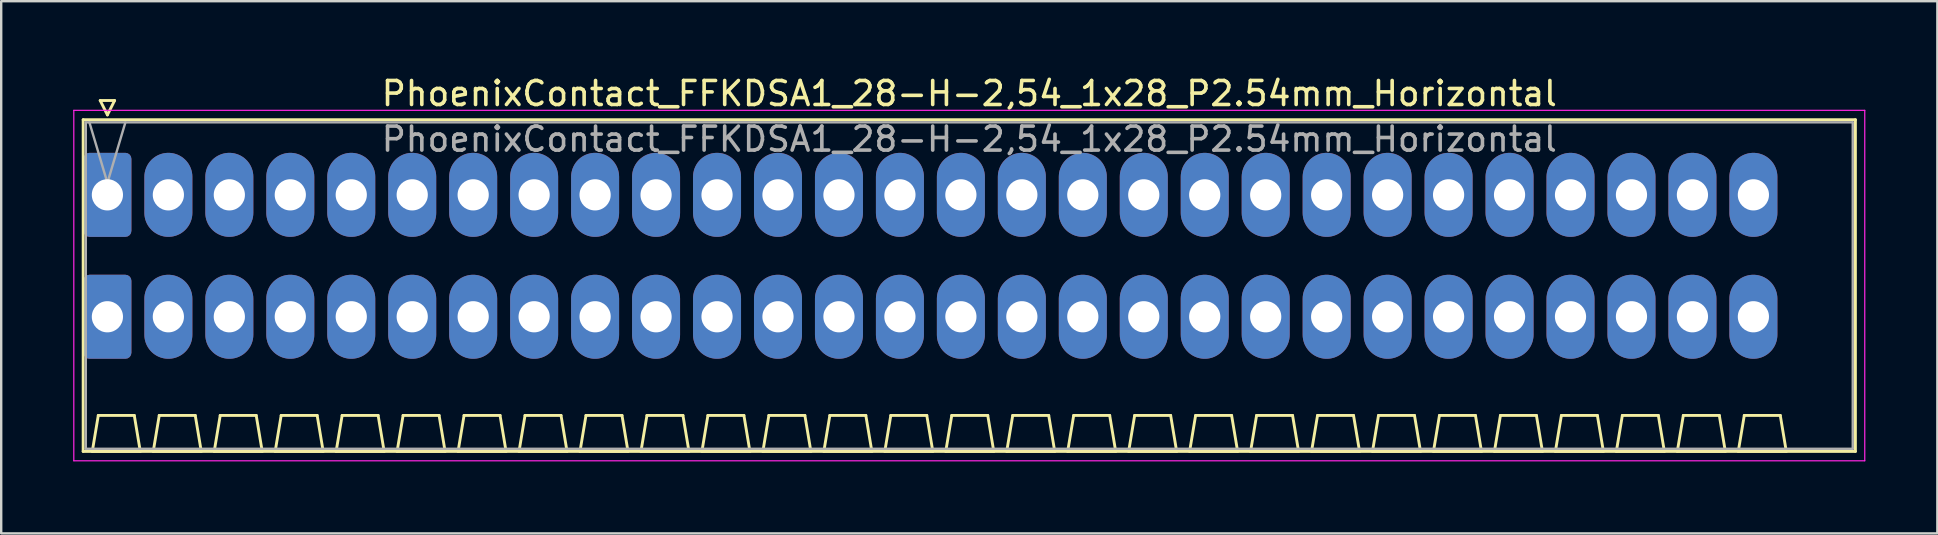
<source format=kicad_pcb>
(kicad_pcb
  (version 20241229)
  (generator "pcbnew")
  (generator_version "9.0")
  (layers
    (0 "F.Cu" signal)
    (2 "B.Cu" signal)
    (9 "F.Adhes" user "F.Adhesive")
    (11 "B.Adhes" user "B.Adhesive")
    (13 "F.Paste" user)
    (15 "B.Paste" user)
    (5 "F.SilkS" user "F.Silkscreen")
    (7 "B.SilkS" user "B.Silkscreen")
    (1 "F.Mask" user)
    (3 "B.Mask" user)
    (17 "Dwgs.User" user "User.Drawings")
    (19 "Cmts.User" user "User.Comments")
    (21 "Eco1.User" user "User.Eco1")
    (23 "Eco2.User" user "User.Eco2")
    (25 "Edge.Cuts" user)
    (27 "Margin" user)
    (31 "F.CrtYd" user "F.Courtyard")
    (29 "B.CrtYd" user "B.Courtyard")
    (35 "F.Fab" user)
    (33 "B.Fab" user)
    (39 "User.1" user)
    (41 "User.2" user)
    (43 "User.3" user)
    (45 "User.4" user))
  (footprint "PhoenixContact_FFKDSA1_28-H-2,54_1x28_P2.54mm_Horizontal"
    (layer "F.Cu")
    (at 1.425 5.068)
    (property "Reference" "PhoenixContact_FFKDSA1_28-H-2,54_1x28_P2.54mm_Horizontal" (at 35.91 -4.22 0) (layer "F.SilkS") (effects (font (size 1 1) (thickness 0.15))))
    (attr through_hole)
    (fp_line (start -1.01 -3.13) (end -1.01 10.69) (stroke (width 0.12) (type solid)) (layer "F.SilkS"))
    (fp_line (start -1.01 10.69) (end 72.83 10.69) (stroke (width 0.12) (type solid)) (layer "F.SilkS"))
    (fp_line (start -0.63 10.69) (end 1.37 10.69) (stroke (width 0.12) (type solid)) (layer "F.SilkS"))
    (fp_line (start -0.38 9.19) (end -0.63 10.69) (stroke (width 0.12) (type solid)) (layer "F.SilkS"))
    (fp_line (start -0.3 -3.93) (end 0.3 -3.93) (stroke (width 0.12) (type solid)) (layer "F.SilkS"))
    (fp_line (start 0 -3.33) (end -0.3 -3.93) (stroke (width 0.12) (type solid)) (layer "F.SilkS"))
    (fp_line (start 0.3 -3.93) (end 0 -3.33) (stroke (width 0.12) (type solid)) (layer "F.SilkS"))
    (fp_line (start 1.12 9.19) (end -0.38 9.19) (stroke (width 0.12) (type solid)) (layer "F.SilkS"))
    (fp_line (start 1.37 10.69) (end 1.12 9.19) (stroke (width 0.12) (type solid)) (layer "F.SilkS"))
    (fp_line (start 1.91 10.69) (end 3.91 10.69) (stroke (width 0.12) (type solid)) (layer "F.SilkS"))
    (fp_line (start 2.16 9.19) (end 1.91 10.69) (stroke (width 0.12) (type solid)) (layer "F.SilkS"))
    (fp_line (start 3.66 9.19) (end 2.16 9.19) (stroke (width 0.12) (type solid)) (layer "F.SilkS"))
    (fp_line (start 3.91 10.69) (end 3.66 9.19) (stroke (width 0.12) (type solid)) (layer "F.SilkS"))
    (fp_line (start 4.45 10.69) (end 6.45 10.69) (stroke (width 0.12) (type solid)) (layer "F.SilkS"))
    (fp_line (start 4.7 9.19) (end 4.45 10.69) (stroke (width 0.12) (type solid)) (layer "F.SilkS"))
    (fp_line (start 6.2 9.19) (end 4.7 9.19) (stroke (width 0.12) (type solid)) (layer "F.SilkS"))
    (fp_line (start 6.45 10.69) (end 6.2 9.19) (stroke (width 0.12) (type solid)) (layer "F.SilkS"))
    (fp_line (start 6.99 10.69) (end 8.99 10.69) (stroke (width 0.12) (type solid)) (layer "F.SilkS"))
    (fp_line (start 7.24 9.19) (end 6.99 10.69) (stroke (width 0.12) (type solid)) (layer "F.SilkS"))
    (fp_line (start 8.74 9.19) (end 7.24 9.19) (stroke (width 0.12) (type solid)) (layer "F.SilkS"))
    (fp_line (start 8.99 10.69) (end 8.74 9.19) (stroke (width 0.12) (type solid)) (layer "F.SilkS"))
    (fp_line (start 9.53 10.69) (end 11.53 10.69) (stroke (width 0.12) (type solid)) (layer "F.SilkS"))
    (fp_line (start 9.78 9.19) (end 9.53 10.69) (stroke (width 0.12) (type solid)) (layer "F.SilkS"))
    (fp_line (start 11.28 9.19) (end 9.78 9.19) (stroke (width 0.12) (type solid)) (layer "F.SilkS"))
    (fp_line (start 11.53 10.69) (end 11.28 9.19) (stroke (width 0.12) (type solid)) (layer "F.SilkS"))
    (fp_line (start 12.07 10.69) (end 14.07 10.69) (stroke (width 0.12) (type solid)) (layer "F.SilkS"))
    (fp_line (start 12.32 9.19) (end 12.07 10.69) (stroke (width 0.12) (type solid)) (layer "F.SilkS"))
    (fp_line (start 13.82 9.19) (end 12.32 9.19) (stroke (width 0.12) (type solid)) (layer "F.SilkS"))
    (fp_line (start 14.07 10.69) (end 13.82 9.19) (stroke (width 0.12) (type solid)) (layer "F.SilkS"))
    (fp_line (start 14.61 10.69) (end 16.61 10.69) (stroke (width 0.12) (type solid)) (layer "F.SilkS"))
    (fp_line (start 14.86 9.19) (end 14.61 10.69) (stroke (width 0.12) (type solid)) (layer "F.SilkS"))
    (fp_line (start 16.36 9.19) (end 14.86 9.19) (stroke (width 0.12) (type solid)) (layer "F.SilkS"))
    (fp_line (start 16.61 10.69) (end 16.36 9.19) (stroke (width 0.12) (type solid)) (layer "F.SilkS"))
    (fp_line (start 17.15 10.69) (end 19.15 10.69) (stroke (width 0.12) (type solid)) (layer "F.SilkS"))
    (fp_line (start 17.4 9.19) (end 17.15 10.69) (stroke (width 0.12) (type solid)) (layer "F.SilkS"))
    (fp_line (start 18.9 9.19) (end 17.4 9.19) (stroke (width 0.12) (type solid)) (layer "F.SilkS"))
    (fp_line (start 19.15 10.69) (end 18.9 9.19) (stroke (width 0.12) (type solid)) (layer "F.SilkS"))
    (fp_line (start 19.69 10.69) (end 21.69 10.69) (stroke (width 0.12) (type solid)) (layer "F.SilkS"))
    (fp_line (start 19.94 9.19) (end 19.69 10.69) (stroke (width 0.12) (type solid)) (layer "F.SilkS"))
    (fp_line (start 21.44 9.19) (end 19.94 9.19) (stroke (width 0.12) (type solid)) (layer "F.SilkS"))
    (fp_line (start 21.69 10.69) (end 21.44 9.19) (stroke (width 0.12) (type solid)) (layer "F.SilkS"))
    (fp_line (start 22.23 10.69) (end 24.23 10.69) (stroke (width 0.12) (type solid)) (layer "F.SilkS"))
    (fp_line (start 22.48 9.19) (end 22.23 10.69) (stroke (width 0.12) (type solid)) (layer "F.SilkS"))
    (fp_line (start 23.98 9.19) (end 22.48 9.19) (stroke (width 0.12) (type solid)) (layer "F.SilkS"))
    (fp_line (start 24.23 10.69) (end 23.98 9.19) (stroke (width 0.12) (type solid)) (layer "F.SilkS"))
    (fp_line (start 24.77 10.69) (end 26.77 10.69) (stroke (width 0.12) (type solid)) (layer "F.SilkS"))
    (fp_line (start 25.02 9.19) (end 24.77 10.69) (stroke (width 0.12) (type solid)) (layer "F.SilkS"))
    (fp_line (start 26.52 9.19) (end 25.02 9.19) (stroke (width 0.12) (type solid)) (layer "F.SilkS"))
    (fp_line (start 26.77 10.69) (end 26.52 9.19) (stroke (width 0.12) (type solid)) (layer "F.SilkS"))
    (fp_line (start 27.31 10.69) (end 29.31 10.69) (stroke (width 0.12) (type solid)) (layer "F.SilkS"))
    (fp_line (start 27.56 9.19) (end 27.31 10.69) (stroke (width 0.12) (type solid)) (layer "F.SilkS"))
    (fp_line (start 29.06 9.19) (end 27.56 9.19) (stroke (width 0.12) (type solid)) (layer "F.SilkS"))
    (fp_line (start 29.31 10.69) (end 29.06 9.19) (stroke (width 0.12) (type solid)) (layer "F.SilkS"))
    (fp_line (start 29.85 10.69) (end 31.85 10.69) (stroke (width 0.12) (type solid)) (layer "F.SilkS"))
    (fp_line (start 30.1 9.19) (end 29.85 10.69) (stroke (width 0.12) (type solid)) (layer "F.SilkS"))
    (fp_line (start 31.6 9.19) (end 30.1 9.19) (stroke (width 0.12) (type solid)) (layer "F.SilkS"))
    (fp_line (start 31.85 10.69) (end 31.6 9.19) (stroke (width 0.12) (type solid)) (layer "F.SilkS"))
    (fp_line (start 32.39 10.69) (end 34.39 10.69) (stroke (width 0.12) (type solid)) (layer "F.SilkS"))
    (fp_line (start 32.64 9.19) (end 32.39 10.69) (stroke (width 0.12) (type solid)) (layer "F.SilkS"))
    (fp_line (start 34.14 9.19) (end 32.64 9.19) (stroke (width 0.12) (type solid)) (layer "F.SilkS"))
    (fp_line (start 34.39 10.69) (end 34.14 9.19) (stroke (width 0.12) (type solid)) (layer "F.SilkS"))
    (fp_line (start 34.93 10.69) (end 36.93 10.69) (stroke (width 0.12) (type solid)) (layer "F.SilkS"))
    (fp_line (start 35.18 9.19) (end 34.93 10.69) (stroke (width 0.12) (type solid)) (layer "F.SilkS"))
    (fp_line (start 36.68 9.19) (end 35.18 9.19) (stroke (width 0.12) (type solid)) (layer "F.SilkS"))
    (fp_line (start 36.93 10.69) (end 36.68 9.19) (stroke (width 0.12) (type solid)) (layer "F.SilkS"))
    (fp_line (start 37.47 10.69) (end 39.47 10.69) (stroke (width 0.12) (type solid)) (layer "F.SilkS"))
    (fp_line (start 37.72 9.19) (end 37.47 10.69) (stroke (width 0.12) (type solid)) (layer "F.SilkS"))
    (fp_line (start 39.22 9.19) (end 37.72 9.19) (stroke (width 0.12) (type solid)) (layer "F.SilkS"))
    (fp_line (start 39.47 10.69) (end 39.22 9.19) (stroke (width 0.12) (type solid)) (layer "F.SilkS"))
    (fp_line (start 40.01 10.69) (end 42.01 10.69) (stroke (width 0.12) (type solid)) (layer "F.SilkS"))
    (fp_line (start 40.26 9.19) (end 40.01 10.69) (stroke (width 0.12) (type solid)) (layer "F.SilkS"))
    (fp_line (start 41.76 9.19) (end 40.26 9.19) (stroke (width 0.12) (type solid)) (layer "F.SilkS"))
    (fp_line (start 42.01 10.69) (end 41.76 9.19) (stroke (width 0.12) (type solid)) (layer "F.SilkS"))
    (fp_line (start 42.55 10.69) (end 44.55 10.69) (stroke (width 0.12) (type solid)) (layer "F.SilkS"))
    (fp_line (start 42.8 9.19) (end 42.55 10.69) (stroke (width 0.12) (type solid)) (layer "F.SilkS"))
    (fp_line (start 44.3 9.19) (end 42.8 9.19) (stroke (width 0.12) (type solid)) (layer "F.SilkS"))
    (fp_line (start 44.55 10.69) (end 44.3 9.19) (stroke (width 0.12) (type solid)) (layer "F.SilkS"))
    (fp_line (start 45.09 10.69) (end 47.09 10.69) (stroke (width 0.12) (type solid)) (layer "F.SilkS"))
    (fp_line (start 45.34 9.19) (end 45.09 10.69) (stroke (width 0.12) (type solid)) (layer "F.SilkS"))
    (fp_line (start 46.84 9.19) (end 45.34 9.19) (stroke (width 0.12) (type solid)) (layer "F.SilkS"))
    (fp_line (start 47.09 10.69) (end 46.84 9.19) (stroke (width 0.12) (type solid)) (layer "F.SilkS"))
    (fp_line (start 47.63 10.69) (end 49.63 10.69) (stroke (width 0.12) (type solid)) (layer "F.SilkS"))
    (fp_line (start 47.88 9.19) (end 47.63 10.69) (stroke (width 0.12) (type solid)) (layer "F.SilkS"))
    (fp_line (start 49.38 9.19) (end 47.88 9.19) (stroke (width 0.12) (type solid)) (layer "F.SilkS"))
    (fp_line (start 49.63 10.69) (end 49.38 9.19) (stroke (width 0.12) (type solid)) (layer "F.SilkS"))
    (fp_line (start 50.17 10.69) (end 52.17 10.69) (stroke (width 0.12) (type solid)) (layer "F.SilkS"))
    (fp_line (start 50.42 9.19) (end 50.17 10.69) (stroke (width 0.12) (type solid)) (layer "F.SilkS"))
    (fp_line (start 51.92 9.19) (end 50.42 9.19) (stroke (width 0.12) (type solid)) (layer "F.SilkS"))
    (fp_line (start 52.17 10.69) (end 51.92 9.19) (stroke (width 0.12) (type solid)) (layer "F.SilkS"))
    (fp_line (start 52.71 10.69) (end 54.71 10.69) (stroke (width 0.12) (type solid)) (layer "F.SilkS"))
    (fp_line (start 52.96 9.19) (end 52.71 10.69) (stroke (width 0.12) (type solid)) (layer "F.SilkS"))
    (fp_line (start 54.46 9.19) (end 52.96 9.19) (stroke (width 0.12) (type solid)) (layer "F.SilkS"))
    (fp_line (start 54.71 10.69) (end 54.46 9.19) (stroke (width 0.12) (type solid)) (layer "F.SilkS"))
    (fp_line (start 55.25 10.69) (end 57.25 10.69) (stroke (width 0.12) (type solid)) (layer "F.SilkS"))
    (fp_line (start 55.5 9.19) (end 55.25 10.69) (stroke (width 0.12) (type solid)) (layer "F.SilkS"))
    (fp_line (start 57 9.19) (end 55.5 9.19) (stroke (width 0.12) (type solid)) (layer "F.SilkS"))
    (fp_line (start 57.25 10.69) (end 57 9.19) (stroke (width 0.12) (type solid)) (layer "F.SilkS"))
    (fp_line (start 57.79 10.69) (end 59.79 10.69) (stroke (width 0.12) (type solid)) (layer "F.SilkS"))
    (fp_line (start 58.04 9.19) (end 57.79 10.69) (stroke (width 0.12) (type solid)) (layer "F.SilkS"))
    (fp_line (start 59.54 9.19) (end 58.04 9.19) (stroke (width 0.12) (type solid)) (layer "F.SilkS"))
    (fp_line (start 59.79 10.69) (end 59.54 9.19) (stroke (width 0.12) (type solid)) (layer "F.SilkS"))
    (fp_line (start 60.33 10.69) (end 62.33 10.69) (stroke (width 0.12) (type solid)) (layer "F.SilkS"))
    (fp_line (start 60.58 9.19) (end 60.33 10.69) (stroke (width 0.12) (type solid)) (layer "F.SilkS"))
    (fp_line (start 62.08 9.19) (end 60.58 9.19) (stroke (width 0.12) (type solid)) (layer "F.SilkS"))
    (fp_line (start 62.33 10.69) (end 62.08 9.19) (stroke (width 0.12) (type solid)) (layer "F.SilkS"))
    (fp_line (start 62.87 10.69) (end 64.87 10.69) (stroke (width 0.12) (type solid)) (layer "F.SilkS"))
    (fp_line (start 63.12 9.19) (end 62.87 10.69) (stroke (width 0.12) (type solid)) (layer "F.SilkS"))
    (fp_line (start 64.62 9.19) (end 63.12 9.19) (stroke (width 0.12) (type solid)) (layer "F.SilkS"))
    (fp_line (start 64.87 10.69) (end 64.62 9.19) (stroke (width 0.12) (type solid)) (layer "F.SilkS"))
    (fp_line (start 65.41 10.69) (end 67.41 10.69) (stroke (width 0.12) (type solid)) (layer "F.SilkS"))
    (fp_line (start 65.66 9.19) (end 65.41 10.69) (stroke (width 0.12) (type solid)) (layer "F.SilkS"))
    (fp_line (start 67.16 9.19) (end 65.66 9.19) (stroke (width 0.12) (type solid)) (layer "F.SilkS"))
    (fp_line (start 67.41 10.69) (end 67.16 9.19) (stroke (width 0.12) (type solid)) (layer "F.SilkS"))
    (fp_line (start 67.95 10.69) (end 69.95 10.69) (stroke (width 0.12) (type solid)) (layer "F.SilkS"))
    (fp_line (start 68.2 9.19) (end 67.95 10.69) (stroke (width 0.12) (type solid)) (layer "F.SilkS"))
    (fp_line (start 69.7 9.19) (end 68.2 9.19) (stroke (width 0.12) (type solid)) (layer "F.SilkS"))
    (fp_line (start 69.95 10.69) (end 69.7 9.19) (stroke (width 0.12) (type solid)) (layer "F.SilkS"))
    (fp_line (start 72.83 -3.13) (end -1.01 -3.13) (stroke (width 0.12) (type solid)) (layer "F.SilkS"))
    (fp_line (start 72.83 10.69) (end 72.83 -3.13) (stroke (width 0.12) (type solid)) (layer "F.SilkS"))
    (fp_line (start -1.4 -3.52) (end -1.4 11.08) (stroke (width 0.05) (type solid)) (layer "F.CrtYd"))
    (fp_line (start -1.4 11.08) (end 73.22 11.08) (stroke (width 0.05) (type solid)) (layer "F.CrtYd"))
    (fp_line (start 73.22 -3.52) (end -1.4 -3.52) (stroke (width 0.05) (type solid)) (layer "F.CrtYd"))
    (fp_line (start 73.22 11.08) (end 73.22 -3.52) (stroke (width 0.05) (type solid)) (layer "F.CrtYd"))
    (fp_line (start -0.9 -3.02) (end -0.9 10.58) (stroke (width 0.1) (type solid)) (layer "F.Fab"))
    (fp_line (start -0.9 10.58) (end 72.72 10.58) (stroke (width 0.1) (type solid)) (layer "F.Fab"))
    (fp_line (start 0 -0.5) (end -0.75 -3.02) (stroke (width 0.1) (type solid)) (layer "F.Fab"))
    (fp_line (start 0.75 -3.02) (end 0 -0.5) (stroke (width 0.1) (type solid)) (layer "F.Fab"))
    (fp_line (start 72.72 -3.02) (end -0.9 -3.02) (stroke (width 0.1) (type solid)) (layer "F.Fab"))
    (fp_line (start 72.72 10.58) (end 72.72 -3.02) (stroke (width 0.1) (type solid)) (layer "F.Fab"))
    (fp_text user "${REFERENCE}" (at 35.91 -2.32 0) (layer "F.Fab") (effects (font (size 1 1) (thickness 0.15))))
    (pad "1" thru_hole roundrect (at 0 0) (size 2 3.5) (drill 1.3) (layers "*.Cu" "*.Mask") (roundrect_rratio 0.125))
    (pad "1" thru_hole roundrect (at 0 5.08) (size 2 3.5) (drill 1.3) (layers "*.Cu" "*.Mask") (roundrect_rratio 0.125))
    (pad "2" thru_hole oval (at 2.54 0) (size 2 3.5) (drill 1.3) (layers "*.Cu" "*.Mask"))
    (pad "2" thru_hole oval (at 2.54 5.08) (size 2 3.5) (drill 1.3) (layers "*.Cu" "*.Mask"))
    (pad "3" thru_hole oval (at 5.08 0) (size 2 3.5) (drill 1.3) (layers "*.Cu" "*.Mask"))
    (pad "3" thru_hole oval (at 5.08 5.08) (size 2 3.5) (drill 1.3) (layers "*.Cu" "*.Mask"))
    (pad "4" thru_hole oval (at 7.62 0) (size 2 3.5) (drill 1.3) (layers "*.Cu" "*.Mask"))
    (pad "4" thru_hole oval (at 7.62 5.08) (size 2 3.5) (drill 1.3) (layers "*.Cu" "*.Mask"))
    (pad "5" thru_hole oval (at 10.16 0) (size 2 3.5) (drill 1.3) (layers "*.Cu" "*.Mask"))
    (pad "5" thru_hole oval (at 10.16 5.08) (size 2 3.5) (drill 1.3) (layers "*.Cu" "*.Mask"))
    (pad "6" thru_hole oval (at 12.7 0) (size 2 3.5) (drill 1.3) (layers "*.Cu" "*.Mask"))
    (pad "6" thru_hole oval (at 12.7 5.08) (size 2 3.5) (drill 1.3) (layers "*.Cu" "*.Mask"))
    (pad "7" thru_hole oval (at 15.24 0) (size 2 3.5) (drill 1.3) (layers "*.Cu" "*.Mask"))
    (pad "7" thru_hole oval (at 15.24 5.08) (size 2 3.5) (drill 1.3) (layers "*.Cu" "*.Mask"))
    (pad "8" thru_hole oval (at 17.78 0) (size 2 3.5) (drill 1.3) (layers "*.Cu" "*.Mask"))
    (pad "8" thru_hole oval (at 17.78 5.08) (size 2 3.5) (drill 1.3) (layers "*.Cu" "*.Mask"))
    (pad "9" thru_hole oval (at 20.32 0) (size 2 3.5) (drill 1.3) (layers "*.Cu" "*.Mask"))
    (pad "9" thru_hole oval (at 20.32 5.08) (size 2 3.5) (drill 1.3) (layers "*.Cu" "*.Mask"))
    (pad "10" thru_hole oval (at 22.86 0) (size 2 3.5) (drill 1.3) (layers "*.Cu" "*.Mask"))
    (pad "10" thru_hole oval (at 22.86 5.08) (size 2 3.5) (drill 1.3) (layers "*.Cu" "*.Mask"))
    (pad "11" thru_hole oval (at 25.4 0) (size 2 3.5) (drill 1.3) (layers "*.Cu" "*.Mask"))
    (pad "11" thru_hole oval (at 25.4 5.08) (size 2 3.5) (drill 1.3) (layers "*.Cu" "*.Mask"))
    (pad "12" thru_hole oval (at 27.94 0) (size 2 3.5) (drill 1.3) (layers "*.Cu" "*.Mask"))
    (pad "12" thru_hole oval (at 27.94 5.08) (size 2 3.5) (drill 1.3) (layers "*.Cu" "*.Mask"))
    (pad "13" thru_hole oval (at 30.48 0) (size 2 3.5) (drill 1.3) (layers "*.Cu" "*.Mask"))
    (pad "13" thru_hole oval (at 30.48 5.08) (size 2 3.5) (drill 1.3) (layers "*.Cu" "*.Mask"))
    (pad "14" thru_hole oval (at 33.02 0) (size 2 3.5) (drill 1.3) (layers "*.Cu" "*.Mask"))
    (pad "14" thru_hole oval (at 33.02 5.08) (size 2 3.5) (drill 1.3) (layers "*.Cu" "*.Mask"))
    (pad "15" thru_hole oval (at 35.56 0) (size 2 3.5) (drill 1.3) (layers "*.Cu" "*.Mask"))
    (pad "15" thru_hole oval (at 35.56 5.08) (size 2 3.5) (drill 1.3) (layers "*.Cu" "*.Mask"))
    (pad "16" thru_hole oval (at 38.1 0) (size 2 3.5) (drill 1.3) (layers "*.Cu" "*.Mask"))
    (pad "16" thru_hole oval (at 38.1 5.08) (size 2 3.5) (drill 1.3) (layers "*.Cu" "*.Mask"))
    (pad "17" thru_hole oval (at 40.64 0) (size 2 3.5) (drill 1.3) (layers "*.Cu" "*.Mask"))
    (pad "17" thru_hole oval (at 40.64 5.08) (size 2 3.5) (drill 1.3) (layers "*.Cu" "*.Mask"))
    (pad "18" thru_hole oval (at 43.18 0) (size 2 3.5) (drill 1.3) (layers "*.Cu" "*.Mask"))
    (pad "18" thru_hole oval (at 43.18 5.08) (size 2 3.5) (drill 1.3) (layers "*.Cu" "*.Mask"))
    (pad "19" thru_hole oval (at 45.72 0) (size 2 3.5) (drill 1.3) (layers "*.Cu" "*.Mask"))
    (pad "19" thru_hole oval (at 45.72 5.08) (size 2 3.5) (drill 1.3) (layers "*.Cu" "*.Mask"))
    (pad "20" thru_hole oval (at 48.26 0) (size 2 3.5) (drill 1.3) (layers "*.Cu" "*.Mask"))
    (pad "20" thru_hole oval (at 48.26 5.08) (size 2 3.5) (drill 1.3) (layers "*.Cu" "*.Mask"))
    (pad "21" thru_hole oval (at 50.8 0) (size 2 3.5) (drill 1.3) (layers "*.Cu" "*.Mask"))
    (pad "21" thru_hole oval (at 50.8 5.08) (size 2 3.5) (drill 1.3) (layers "*.Cu" "*.Mask"))
    (pad "22" thru_hole oval (at 53.34 0) (size 2 3.5) (drill 1.3) (layers "*.Cu" "*.Mask"))
    (pad "22" thru_hole oval (at 53.34 5.08) (size 2 3.5) (drill 1.3) (layers "*.Cu" "*.Mask"))
    (pad "23" thru_hole oval (at 55.88 0) (size 2 3.5) (drill 1.3) (layers "*.Cu" "*.Mask"))
    (pad "23" thru_hole oval (at 55.88 5.08) (size 2 3.5) (drill 1.3) (layers "*.Cu" "*.Mask"))
    (pad "24" thru_hole oval (at 58.42 0) (size 2 3.5) (drill 1.3) (layers "*.Cu" "*.Mask"))
    (pad "24" thru_hole oval (at 58.42 5.08) (size 2 3.5) (drill 1.3) (layers "*.Cu" "*.Mask"))
    (pad "25" thru_hole oval (at 60.96 0) (size 2 3.5) (drill 1.3) (layers "*.Cu" "*.Mask"))
    (pad "25" thru_hole oval (at 60.96 5.08) (size 2 3.5) (drill 1.3) (layers "*.Cu" "*.Mask"))
    (pad "26" thru_hole oval (at 63.5 0) (size 2 3.5) (drill 1.3) (layers "*.Cu" "*.Mask"))
    (pad "26" thru_hole oval (at 63.5 5.08) (size 2 3.5) (drill 1.3) (layers "*.Cu" "*.Mask"))
    (pad "27" thru_hole oval (at 66.04 0) (size 2 3.5) (drill 1.3) (layers "*.Cu" "*.Mask"))
    (pad "27" thru_hole oval (at 66.04 5.08) (size 2 3.5) (drill 1.3) (layers "*.Cu" "*.Mask"))
    (pad "28" thru_hole oval (at 68.58 0) (size 2 3.5) (drill 1.3) (layers "*.Cu" "*.Mask"))
    (pad "28" thru_hole oval (at 68.58 5.08) (size 2 3.5) (drill 1.3) (layers "*.Cu" "*.Mask")))
  (gr_rect
    (start -3 -3)
    (end 77.67 19.173)
    (stroke (width 0.1) (type default))
    (fill no)
    (layer "Edge.Cuts")))
</source>
